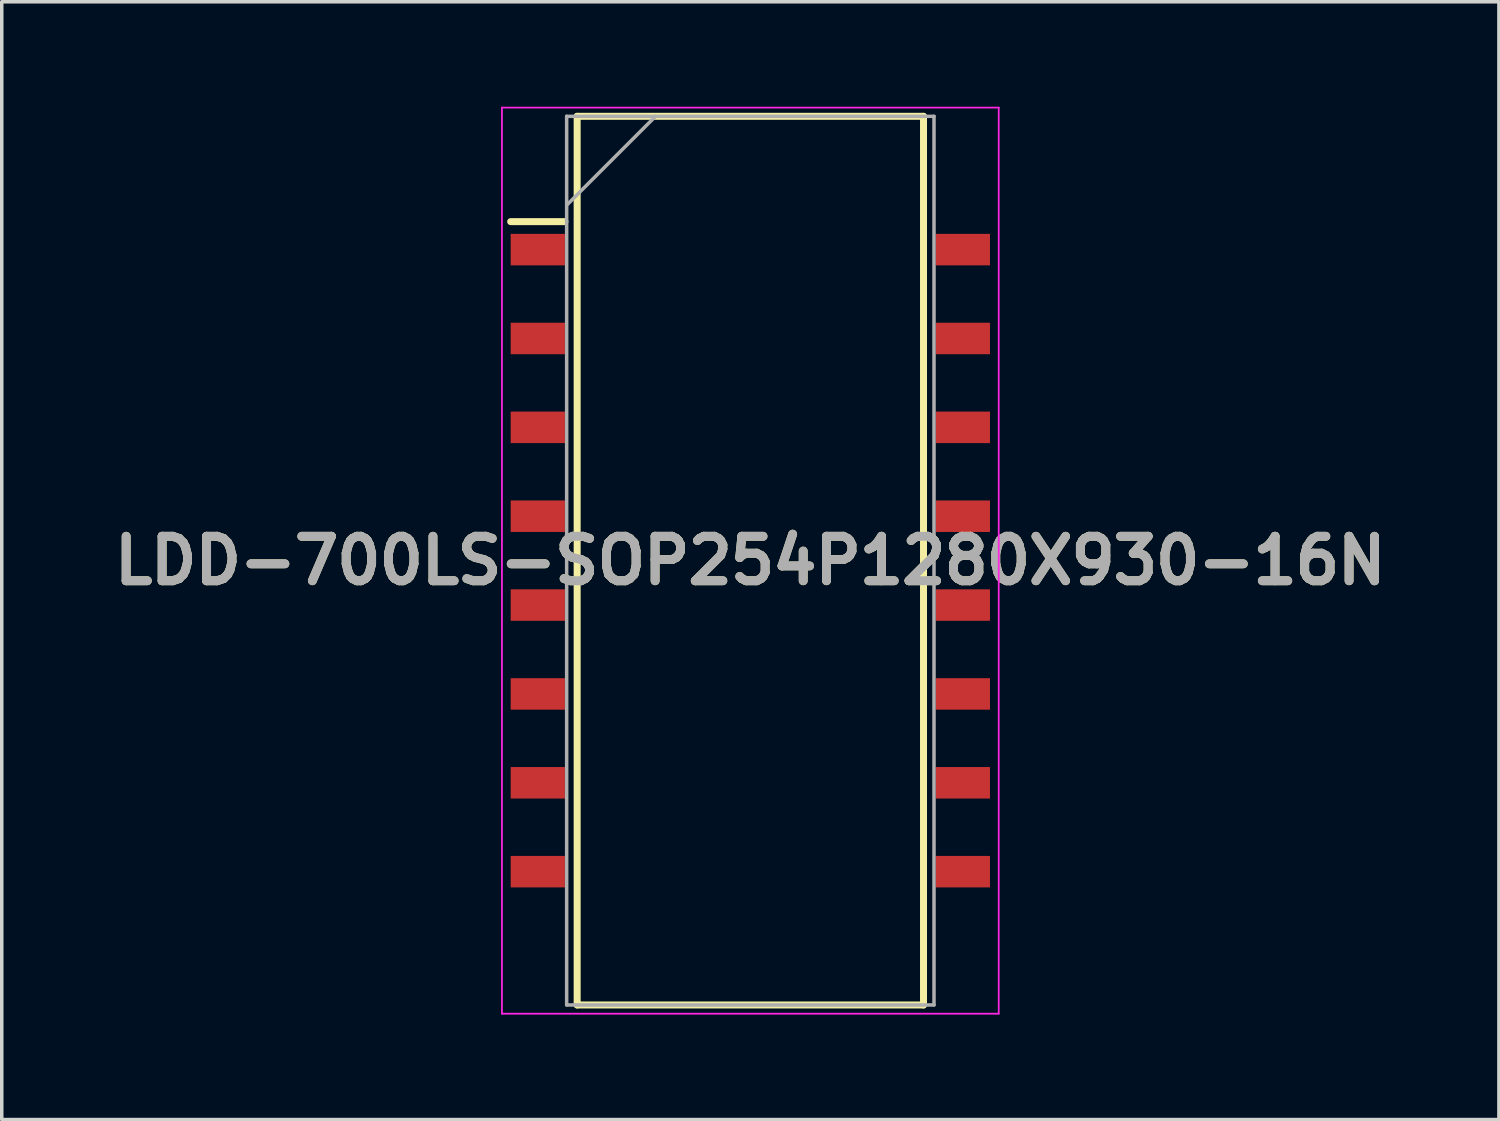
<source format=kicad_pcb>
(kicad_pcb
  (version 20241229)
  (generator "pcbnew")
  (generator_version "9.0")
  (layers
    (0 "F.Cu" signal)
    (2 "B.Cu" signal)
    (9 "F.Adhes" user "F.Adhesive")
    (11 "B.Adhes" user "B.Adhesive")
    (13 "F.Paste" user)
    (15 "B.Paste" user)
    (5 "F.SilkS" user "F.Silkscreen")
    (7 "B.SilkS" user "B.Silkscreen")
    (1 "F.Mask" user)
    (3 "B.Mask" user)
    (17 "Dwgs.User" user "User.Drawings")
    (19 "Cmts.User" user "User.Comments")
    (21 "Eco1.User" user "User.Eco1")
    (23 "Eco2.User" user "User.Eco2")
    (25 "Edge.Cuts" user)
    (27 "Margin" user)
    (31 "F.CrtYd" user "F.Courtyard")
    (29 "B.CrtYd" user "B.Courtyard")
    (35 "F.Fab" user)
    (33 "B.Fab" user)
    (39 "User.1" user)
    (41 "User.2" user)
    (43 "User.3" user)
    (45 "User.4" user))
  (footprint "LDD-700LS-SOP254P1280X930-16N"
    (layer "F.Cu")
    (at 18.397 12.975)
    (property "Reference" "LDD-700LS-SOP254P1280X930-16N" (at 0 0 0) (layer "F.SilkS") (effects (font (size 1.27 1.27) (thickness 0.254))))
    (attr smd)
    (fp_line (start -6.85 -9.69) (end -5.3 -9.69) (stroke (width 0.2) (type solid)) (layer "F.SilkS"))
    (fp_line (start -4.95 -12.7) (end 4.95 -12.7) (stroke (width 0.2) (type solid)) (layer "F.SilkS"))
    (fp_line (start -4.95 12.7) (end -4.95 -12.7) (stroke (width 0.2) (type solid)) (layer "F.SilkS"))
    (fp_line (start 4.95 -12.7) (end 4.95 12.7) (stroke (width 0.2) (type solid)) (layer "F.SilkS"))
    (fp_line (start 4.95 12.7) (end -4.95 12.7) (stroke (width 0.2) (type solid)) (layer "F.SilkS"))
    (fp_line (start -7.1 -12.95) (end 7.1 -12.95) (stroke (width 0.05) (type solid)) (layer "F.CrtYd"))
    (fp_line (start -7.1 12.95) (end -7.1 -12.95) (stroke (width 0.05) (type solid)) (layer "F.CrtYd"))
    (fp_line (start 7.1 -12.95) (end 7.1 12.95) (stroke (width 0.05) (type solid)) (layer "F.CrtYd"))
    (fp_line (start 7.1 12.95) (end -7.1 12.95) (stroke (width 0.05) (type solid)) (layer "F.CrtYd"))
    (fp_line (start -5.25 -12.7) (end 5.25 -12.7) (stroke (width 0.1) (type solid)) (layer "F.Fab"))
    (fp_line (start -5.25 -10.16) (end -2.71 -12.7) (stroke (width 0.1) (type solid)) (layer "F.Fab"))
    (fp_line (start -5.25 12.7) (end -5.25 -12.7) (stroke (width 0.1) (type solid)) (layer "F.Fab"))
    (fp_line (start 5.25 -12.7) (end 5.25 12.7) (stroke (width 0.1) (type solid)) (layer "F.Fab"))
    (fp_line (start 5.25 12.7) (end -5.25 12.7) (stroke (width 0.1) (type solid)) (layer "F.Fab"))
    (fp_text user "${REFERENCE}" (at 0 0 0) (layer "F.Fab") (effects (font (size 1.27 1.27) (thickness 0.254))))
    (pad "1" smd rect (at -6.075 -8.89 90) (size 0.9 1.55) (layers "F.Cu" "F.Mask" "F.Paste"))
    (pad "2" smd rect (at -6.075 -6.35 90) (size 0.9 1.55) (layers "F.Cu" "F.Mask" "F.Paste"))
    (pad "3" smd rect (at -6.075 -3.81 90) (size 0.9 1.55) (layers "F.Cu" "F.Mask" "F.Paste"))
    (pad "4" smd rect (at -6.075 -1.27 90) (size 0.9 1.55) (layers "F.Cu" "F.Mask" "F.Paste"))
    (pad "5" smd rect (at -6.075 1.27 90) (size 0.9 1.55) (layers "F.Cu" "F.Mask" "F.Paste"))
    (pad "6" smd rect (at -6.075 3.81 90) (size 0.9 1.55) (layers "F.Cu" "F.Mask" "F.Paste"))
    (pad "7" smd rect (at -6.075 6.35 90) (size 0.9 1.55) (layers "F.Cu" "F.Mask" "F.Paste"))
    (pad "8" smd rect (at -6.075 8.89 90) (size 0.9 1.55) (layers "F.Cu" "F.Mask" "F.Paste"))
    (pad "9" smd rect (at 6.075 8.89 90) (size 0.9 1.55) (layers "F.Cu" "F.Mask" "F.Paste"))
    (pad "10" smd rect (at 6.075 6.35 90) (size 0.9 1.55) (layers "F.Cu" "F.Mask" "F.Paste"))
    (pad "11" smd rect (at 6.075 3.81 90) (size 0.9 1.55) (layers "F.Cu" "F.Mask" "F.Paste"))
    (pad "12" smd rect (at 6.075 1.27 90) (size 0.9 1.55) (layers "F.Cu" "F.Mask" "F.Paste"))
    (pad "13" smd rect (at 6.075 -1.27 90) (size 0.9 1.55) (layers "F.Cu" "F.Mask" "F.Paste"))
    (pad "14" smd rect (at 6.075 -3.81 90) (size 0.9 1.55) (layers "F.Cu" "F.Mask" "F.Paste"))
    (pad "15" smd rect (at 6.075 -6.35 90) (size 0.9 1.55) (layers "F.Cu" "F.Mask" "F.Paste"))
    (pad "16" smd rect (at 6.075 -8.89 90) (size 0.9 1.55) (layers "F.Cu" "F.Mask" "F.Paste")))
  (gr_rect
    (start -3 -3)
    (end 39.794 28.95)
    (stroke (width 0.1) (type default))
    (fill no)
    (layer "Edge.Cuts")))
</source>
